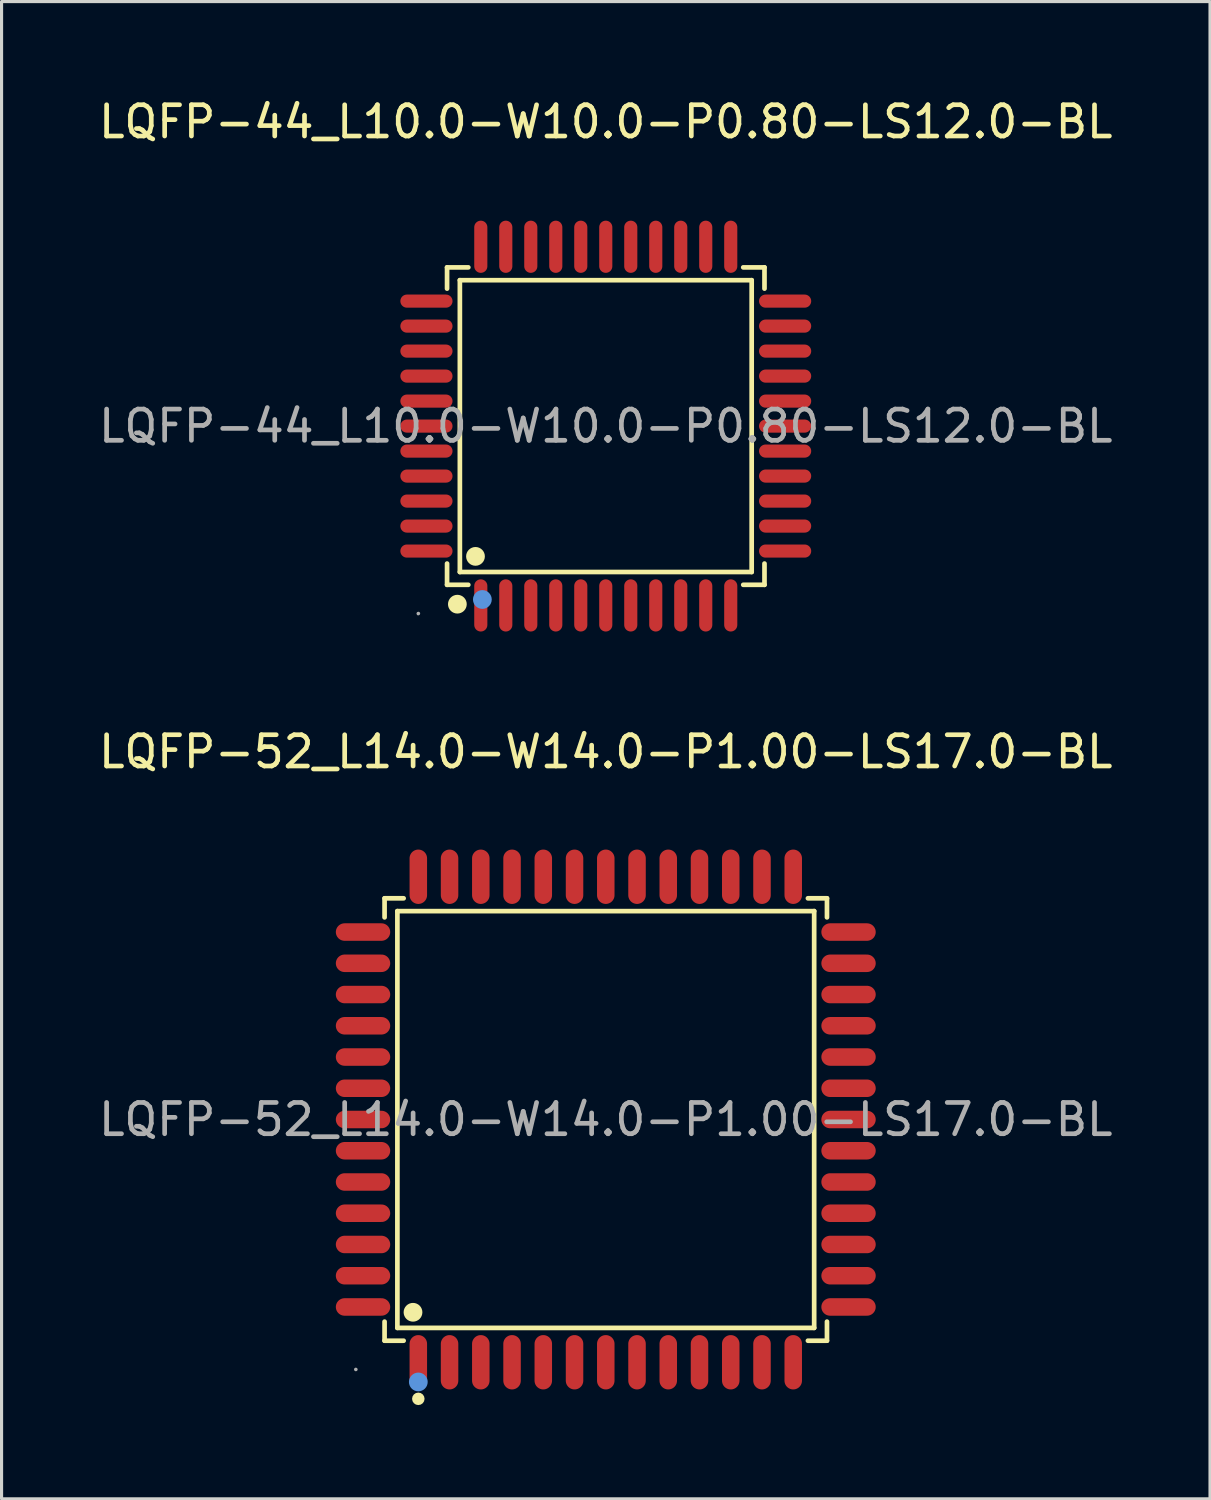
<source format=kicad_pcb>
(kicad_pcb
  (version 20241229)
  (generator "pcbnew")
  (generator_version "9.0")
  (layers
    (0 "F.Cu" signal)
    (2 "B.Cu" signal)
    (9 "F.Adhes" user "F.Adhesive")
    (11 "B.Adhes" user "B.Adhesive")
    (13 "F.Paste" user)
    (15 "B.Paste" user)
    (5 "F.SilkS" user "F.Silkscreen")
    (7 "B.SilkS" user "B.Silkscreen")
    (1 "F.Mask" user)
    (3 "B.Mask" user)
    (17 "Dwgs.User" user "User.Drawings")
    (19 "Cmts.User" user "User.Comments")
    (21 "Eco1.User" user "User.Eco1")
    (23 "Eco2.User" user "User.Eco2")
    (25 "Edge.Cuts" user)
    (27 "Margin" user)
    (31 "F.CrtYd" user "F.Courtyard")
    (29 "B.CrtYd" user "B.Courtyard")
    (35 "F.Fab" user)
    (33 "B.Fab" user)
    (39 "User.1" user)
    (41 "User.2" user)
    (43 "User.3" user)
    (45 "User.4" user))
  (footprint "LQFP-44_L10.0-W10.0-P0.80-LS12.0-BL"
    (layer "F.Cu")
    (at 16.339 10.588)
    (property "Reference" "LQFP-44_L10.0-W10.0-P0.80-LS12.0-BL" (at 0 -9.74 0) (layer "F.SilkS") (effects (font (size 1 1) (thickness 0.15))))
    (attr through_hole)
    (fp_line (start -5.08 -5.08) (end -4.4 -5.08) (stroke (width 0.15) (type solid)) (layer "F.SilkS"))
    (fp_line (start -5.08 -4.4) (end -5.08 -5.08) (stroke (width 0.15) (type solid)) (layer "F.SilkS"))
    (fp_line (start -5.08 4.4) (end -5.08 5.08) (stroke (width 0.15) (type solid)) (layer "F.SilkS"))
    (fp_line (start -5.08 5.08) (end -4.4 5.08) (stroke (width 0.15) (type solid)) (layer "F.SilkS"))
    (fp_line (start -4.67 -4.67) (end 4.67 -4.67) (stroke (width 0.15) (type solid)) (layer "F.SilkS"))
    (fp_line (start -4.67 4.67) (end -4.67 -4.67) (stroke (width 0.15) (type solid)) (layer "F.SilkS"))
    (fp_line (start 4.67 -4.67) (end 4.67 4.67) (stroke (width 0.15) (type solid)) (layer "F.SilkS"))
    (fp_line (start 4.67 4.67) (end -4.67 4.67) (stroke (width 0.15) (type solid)) (layer "F.SilkS"))
    (fp_line (start 5.08 -5.08) (end 4.4 -5.08) (stroke (width 0.15) (type solid)) (layer "F.SilkS"))
    (fp_line (start 5.08 -4.4) (end 5.08 -5.08) (stroke (width 0.15) (type solid)) (layer "F.SilkS"))
    (fp_line (start 5.08 4.4) (end 5.08 5.08) (stroke (width 0.15) (type solid)) (layer "F.SilkS"))
    (fp_line (start 5.08 5.08) (end 4.4 5.08) (stroke (width 0.15) (type solid)) (layer "F.SilkS"))
    (fp_circle (center -4.75 5.7) (end -4.6 5.7) (stroke (width 0.3) (type solid)) (fill no) (layer "F.SilkS"))
    (fp_circle (center -4.17 4.17) (end -4.02 4.17) (stroke (width 0.3) (type solid)) (fill no) (layer "F.SilkS"))
    (fp_circle (center -3.95 5.55) (end -3.8 5.55) (stroke (width 0.3) (type solid)) (fill no) (layer "Cmts.User"))
    (fp_circle (center -6 6) (end -5.97 6) (stroke (width 0.06) (type solid)) (fill no) (layer "F.Fab"))
    (fp_text user "${REFERENCE}" (at 0 0 0) (layer "F.Fab") (effects (font (size 1 1) (thickness 0.15))))
    (pad "1" smd oval (at -4 5.74) (size 0.42 1.67) (layers "F.Cu" "F.Mask" "F.Paste"))
    (pad "2" smd oval (at -3.2 5.74) (size 0.42 1.67) (layers "F.Cu" "F.Mask" "F.Paste"))
    (pad "3" smd oval (at -2.4 5.74) (size 0.42 1.67) (layers "F.Cu" "F.Mask" "F.Paste"))
    (pad "4" smd oval (at -1.6 5.74) (size 0.42 1.67) (layers "F.Cu" "F.Mask" "F.Paste"))
    (pad "5" smd oval (at -0.8 5.74) (size 0.42 1.67) (layers "F.Cu" "F.Mask" "F.Paste"))
    (pad "6" smd oval (at 0 5.74) (size 0.42 1.67) (layers "F.Cu" "F.Mask" "F.Paste"))
    (pad "7" smd oval (at 0.8 5.74) (size 0.42 1.67) (layers "F.Cu" "F.Mask" "F.Paste"))
    (pad "8" smd oval (at 1.6 5.74) (size 0.42 1.67) (layers "F.Cu" "F.Mask" "F.Paste"))
    (pad "9" smd oval (at 2.4 5.74) (size 0.42 1.67) (layers "F.Cu" "F.Mask" "F.Paste"))
    (pad "10" smd oval (at 3.2 5.74) (size 0.42 1.67) (layers "F.Cu" "F.Mask" "F.Paste"))
    (pad "11" smd oval (at 4 5.74) (size 0.42 1.67) (layers "F.Cu" "F.Mask" "F.Paste"))
    (pad "12" smd oval (at 5.74 4) (size 1.67 0.42) (layers "F.Cu" "F.Mask" "F.Paste"))
    (pad "13" smd oval (at 5.74 3.2) (size 1.67 0.42) (layers "F.Cu" "F.Mask" "F.Paste"))
    (pad "14" smd oval (at 5.74 2.4) (size 1.67 0.42) (layers "F.Cu" "F.Mask" "F.Paste"))
    (pad "15" smd oval (at 5.74 1.6) (size 1.67 0.42) (layers "F.Cu" "F.Mask" "F.Paste"))
    (pad "16" smd oval (at 5.74 0.8) (size 1.67 0.42) (layers "F.Cu" "F.Mask" "F.Paste"))
    (pad "17" smd oval (at 5.74 0) (size 1.67 0.42) (layers "F.Cu" "F.Mask" "F.Paste"))
    (pad "18" smd oval (at 5.74 -0.8) (size 1.67 0.42) (layers "F.Cu" "F.Mask" "F.Paste"))
    (pad "19" smd oval (at 5.74 -1.6) (size 1.67 0.42) (layers "F.Cu" "F.Mask" "F.Paste"))
    (pad "20" smd oval (at 5.74 -2.4) (size 1.67 0.42) (layers "F.Cu" "F.Mask" "F.Paste"))
    (pad "21" smd oval (at 5.74 -3.2) (size 1.67 0.42) (layers "F.Cu" "F.Mask" "F.Paste"))
    (pad "22" smd oval (at 5.74 -4) (size 1.67 0.42) (layers "F.Cu" "F.Mask" "F.Paste"))
    (pad "23" smd oval (at 4 -5.74) (size 0.42 1.67) (layers "F.Cu" "F.Mask" "F.Paste"))
    (pad "24" smd oval (at 3.2 -5.74) (size 0.42 1.67) (layers "F.Cu" "F.Mask" "F.Paste"))
    (pad "25" smd oval (at 2.4 -5.74) (size 0.42 1.67) (layers "F.Cu" "F.Mask" "F.Paste"))
    (pad "26" smd oval (at 1.6 -5.74) (size 0.42 1.67) (layers "F.Cu" "F.Mask" "F.Paste"))
    (pad "27" smd oval (at 0.8 -5.74) (size 0.42 1.67) (layers "F.Cu" "F.Mask" "F.Paste"))
    (pad "28" smd oval (at 0 -5.74) (size 0.42 1.67) (layers "F.Cu" "F.Mask" "F.Paste"))
    (pad "29" smd oval (at -0.8 -5.74) (size 0.42 1.67) (layers "F.Cu" "F.Mask" "F.Paste"))
    (pad "30" smd oval (at -1.6 -5.74) (size 0.42 1.67) (layers "F.Cu" "F.Mask" "F.Paste"))
    (pad "31" smd oval (at -2.4 -5.74) (size 0.42 1.67) (layers "F.Cu" "F.Mask" "F.Paste"))
    (pad "32" smd oval (at -3.2 -5.74) (size 0.42 1.67) (layers "F.Cu" "F.Mask" "F.Paste"))
    (pad "33" smd oval (at -4 -5.74) (size 0.42 1.67) (layers "F.Cu" "F.Mask" "F.Paste"))
    (pad "34" smd oval (at -5.74 -4) (size 1.67 0.42) (layers "F.Cu" "F.Mask" "F.Paste"))
    (pad "35" smd oval (at -5.74 -3.2) (size 1.67 0.42) (layers "F.Cu" "F.Mask" "F.Paste"))
    (pad "36" smd oval (at -5.74 -2.4) (size 1.67 0.42) (layers "F.Cu" "F.Mask" "F.Paste"))
    (pad "37" smd oval (at -5.74 -1.6) (size 1.67 0.42) (layers "F.Cu" "F.Mask" "F.Paste"))
    (pad "38" smd oval (at -5.74 -0.8) (size 1.67 0.42) (layers "F.Cu" "F.Mask" "F.Paste"))
    (pad "39" smd oval (at -5.74 0) (size 1.67 0.42) (layers "F.Cu" "F.Mask" "F.Paste"))
    (pad "40" smd oval (at -5.74 0.8) (size 1.67 0.42) (layers "F.Cu" "F.Mask" "F.Paste"))
    (pad "41" smd oval (at -5.74 1.6) (size 1.67 0.42) (layers "F.Cu" "F.Mask" "F.Paste"))
    (pad "42" smd oval (at -5.74 2.4) (size 1.67 0.42) (layers "F.Cu" "F.Mask" "F.Paste"))
    (pad "43" smd oval (at -5.74 3.2) (size 1.67 0.42) (layers "F.Cu" "F.Mask" "F.Paste"))
    (pad "44" smd oval (at -5.74 4) (size 1.67 0.42) (layers "F.Cu" "F.Mask" "F.Paste")))
  (footprint "LQFP-52_L14.0-W14.0-P1.00-LS17.0-BL"
    (layer "F.Cu")
    (at 16.339 32.782)
    (property "Reference" "LQFP-52_L14.0-W14.0-P1.00-LS17.0-BL" (at 0 -11.77 0) (layer "F.SilkS") (effects (font (size 1 1) (thickness 0.15))))
    (attr through_hole)
    (fp_line (start -7.08 -7.08) (end -6.47 -7.08) (stroke (width 0.15) (type solid)) (layer "F.SilkS"))
    (fp_line (start -7.08 -6.47) (end -7.08 -7.08) (stroke (width 0.15) (type solid)) (layer "F.SilkS"))
    (fp_line (start -7.08 6.47) (end -7.08 7.08) (stroke (width 0.15) (type solid)) (layer "F.SilkS"))
    (fp_line (start -7.08 7.08) (end -6.47 7.08) (stroke (width 0.15) (type solid)) (layer "F.SilkS"))
    (fp_line (start -6.67 -6.67) (end 6.67 -6.67) (stroke (width 0.15) (type solid)) (layer "F.SilkS"))
    (fp_line (start -6.67 6.67) (end -6.67 -6.67) (stroke (width 0.15) (type solid)) (layer "F.SilkS"))
    (fp_line (start 6.67 -6.67) (end 6.67 6.67) (stroke (width 0.15) (type solid)) (layer "F.SilkS"))
    (fp_line (start 6.67 6.67) (end -6.67 6.67) (stroke (width 0.15) (type solid)) (layer "F.SilkS"))
    (fp_line (start 7.08 -7.08) (end 6.47 -7.08) (stroke (width 0.15) (type solid)) (layer "F.SilkS"))
    (fp_line (start 7.08 -6.47) (end 7.08 -7.08) (stroke (width 0.15) (type solid)) (layer "F.SilkS"))
    (fp_line (start 7.08 6.47) (end 7.08 7.08) (stroke (width 0.15) (type solid)) (layer "F.SilkS"))
    (fp_line (start 7.08 7.08) (end 6.47 7.08) (stroke (width 0.15) (type solid)) (layer "F.SilkS"))
    (fp_circle (center -6.17 6.17) (end -6.02 6.17) (stroke (width 0.3) (type solid)) (fill no) (layer "F.SilkS"))
    (fp_circle (center -6 8.94) (end -5.9 8.94) (stroke (width 0.2) (type solid)) (fill no) (layer "F.SilkS"))
    (fp_circle (center -6 8.4) (end -5.85 8.4) (stroke (width 0.3) (type solid)) (fill no) (layer "Cmts.User"))
    (fp_circle (center -8 8) (end -7.97 8) (stroke (width 0.06) (type solid)) (fill no) (layer "F.Fab"))
    (fp_text user "${REFERENCE}" (at 0 0 0) (layer "F.Fab") (effects (font (size 1 1) (thickness 0.15))))
    (pad "1" smd oval (at -6 7.77) (size 0.56 1.74) (layers "F.Cu" "F.Mask" "F.Paste"))
    (pad "2" smd oval (at -5 7.77) (size 0.56 1.74) (layers "F.Cu" "F.Mask" "F.Paste"))
    (pad "3" smd oval (at -4 7.77) (size 0.56 1.74) (layers "F.Cu" "F.Mask" "F.Paste"))
    (pad "4" smd oval (at -3 7.77) (size 0.56 1.74) (layers "F.Cu" "F.Mask" "F.Paste"))
    (pad "5" smd oval (at -2 7.77) (size 0.56 1.74) (layers "F.Cu" "F.Mask" "F.Paste"))
    (pad "6" smd oval (at -1 7.77) (size 0.56 1.74) (layers "F.Cu" "F.Mask" "F.Paste"))
    (pad "7" smd oval (at 0 7.77) (size 0.56 1.74) (layers "F.Cu" "F.Mask" "F.Paste"))
    (pad "8" smd oval (at 1 7.77) (size 0.56 1.74) (layers "F.Cu" "F.Mask" "F.Paste"))
    (pad "9" smd oval (at 2 7.77) (size 0.56 1.74) (layers "F.Cu" "F.Mask" "F.Paste"))
    (pad "10" smd oval (at 3 7.77) (size 0.56 1.74) (layers "F.Cu" "F.Mask" "F.Paste"))
    (pad "11" smd oval (at 4 7.77) (size 0.56 1.74) (layers "F.Cu" "F.Mask" "F.Paste"))
    (pad "12" smd oval (at 5 7.77) (size 0.56 1.74) (layers "F.Cu" "F.Mask" "F.Paste"))
    (pad "13" smd oval (at 6 7.77) (size 0.56 1.74) (layers "F.Cu" "F.Mask" "F.Paste"))
    (pad "14" smd oval (at 7.77 6) (size 1.74 0.56) (layers "F.Cu" "F.Mask" "F.Paste"))
    (pad "15" smd oval (at 7.77 5) (size 1.74 0.56) (layers "F.Cu" "F.Mask" "F.Paste"))
    (pad "16" smd oval (at 7.77 4) (size 1.74 0.56) (layers "F.Cu" "F.Mask" "F.Paste"))
    (pad "17" smd oval (at 7.77 3) (size 1.74 0.56) (layers "F.Cu" "F.Mask" "F.Paste"))
    (pad "18" smd oval (at 7.77 2) (size 1.74 0.56) (layers "F.Cu" "F.Mask" "F.Paste"))
    (pad "19" smd oval (at 7.77 1) (size 1.74 0.56) (layers "F.Cu" "F.Mask" "F.Paste"))
    (pad "20" smd oval (at 7.77 0) (size 1.74 0.56) (layers "F.Cu" "F.Mask" "F.Paste"))
    (pad "21" smd oval (at 7.77 -1) (size 1.74 0.56) (layers "F.Cu" "F.Mask" "F.Paste"))
    (pad "22" smd oval (at 7.77 -2) (size 1.74 0.56) (layers "F.Cu" "F.Mask" "F.Paste"))
    (pad "23" smd oval (at 7.77 -3) (size 1.74 0.56) (layers "F.Cu" "F.Mask" "F.Paste"))
    (pad "24" smd oval (at 7.77 -4) (size 1.74 0.56) (layers "F.Cu" "F.Mask" "F.Paste"))
    (pad "25" smd oval (at 7.77 -5) (size 1.74 0.56) (layers "F.Cu" "F.Mask" "F.Paste"))
    (pad "26" smd oval (at 7.77 -6) (size 1.74 0.56) (layers "F.Cu" "F.Mask" "F.Paste"))
    (pad "27" smd oval (at 6 -7.77) (size 0.56 1.74) (layers "F.Cu" "F.Mask" "F.Paste"))
    (pad "28" smd oval (at 5 -7.77) (size 0.56 1.74) (layers "F.Cu" "F.Mask" "F.Paste"))
    (pad "29" smd oval (at 4 -7.77) (size 0.56 1.74) (layers "F.Cu" "F.Mask" "F.Paste"))
    (pad "30" smd oval (at 3 -7.77) (size 0.56 1.74) (layers "F.Cu" "F.Mask" "F.Paste"))
    (pad "31" smd oval (at 2 -7.77) (size 0.56 1.74) (layers "F.Cu" "F.Mask" "F.Paste"))
    (pad "32" smd oval (at 1 -7.77) (size 0.56 1.74) (layers "F.Cu" "F.Mask" "F.Paste"))
    (pad "33" smd oval (at 0 -7.77) (size 0.56 1.74) (layers "F.Cu" "F.Mask" "F.Paste"))
    (pad "34" smd oval (at -1 -7.77) (size 0.56 1.74) (layers "F.Cu" "F.Mask" "F.Paste"))
    (pad "35" smd oval (at -2 -7.77) (size 0.56 1.74) (layers "F.Cu" "F.Mask" "F.Paste"))
    (pad "36" smd oval (at -3 -7.77) (size 0.56 1.74) (layers "F.Cu" "F.Mask" "F.Paste"))
    (pad "37" smd oval (at -4 -7.77) (size 0.56 1.74) (layers "F.Cu" "F.Mask" "F.Paste"))
    (pad "38" smd oval (at -5 -7.77) (size 0.56 1.74) (layers "F.Cu" "F.Mask" "F.Paste"))
    (pad "39" smd oval (at -6 -7.77) (size 0.56 1.74) (layers "F.Cu" "F.Mask" "F.Paste"))
    (pad "40" smd oval (at -7.77 -6) (size 1.74 0.56) (layers "F.Cu" "F.Mask" "F.Paste"))
    (pad "41" smd oval (at -7.77 -5) (size 1.74 0.56) (layers "F.Cu" "F.Mask" "F.Paste"))
    (pad "42" smd oval (at -7.77 -4) (size 1.74 0.56) (layers "F.Cu" "F.Mask" "F.Paste"))
    (pad "43" smd oval (at -7.77 -3) (size 1.74 0.56) (layers "F.Cu" "F.Mask" "F.Paste"))
    (pad "44" smd oval (at -7.77 -2) (size 1.74 0.56) (layers "F.Cu" "F.Mask" "F.Paste"))
    (pad "45" smd oval (at -7.77 -1) (size 1.74 0.56) (layers "F.Cu" "F.Mask" "F.Paste"))
    (pad "46" smd oval (at -7.77 0) (size 1.74 0.56) (layers "F.Cu" "F.Mask" "F.Paste"))
    (pad "47" smd oval (at -7.77 1) (size 1.74 0.56) (layers "F.Cu" "F.Mask" "F.Paste"))
    (pad "48" smd oval (at -7.77 2) (size 1.74 0.56) (layers "F.Cu" "F.Mask" "F.Paste"))
    (pad "49" smd oval (at -7.77 3) (size 1.74 0.56) (layers "F.Cu" "F.Mask" "F.Paste"))
    (pad "50" smd oval (at -7.77 4) (size 1.74 0.56) (layers "F.Cu" "F.Mask" "F.Paste"))
    (pad "51" smd oval (at -7.77 5) (size 1.74 0.56) (layers "F.Cu" "F.Mask" "F.Paste"))
    (pad "52" smd oval (at -7.77 6) (size 1.74 0.56) (layers "F.Cu" "F.Mask" "F.Paste")))
  (gr_rect
    (start -3 -3)
    (end 35.679 44.922)
    (stroke (width 0.1) (type default))
    (fill no)
    (layer "Edge.Cuts")))
</source>
